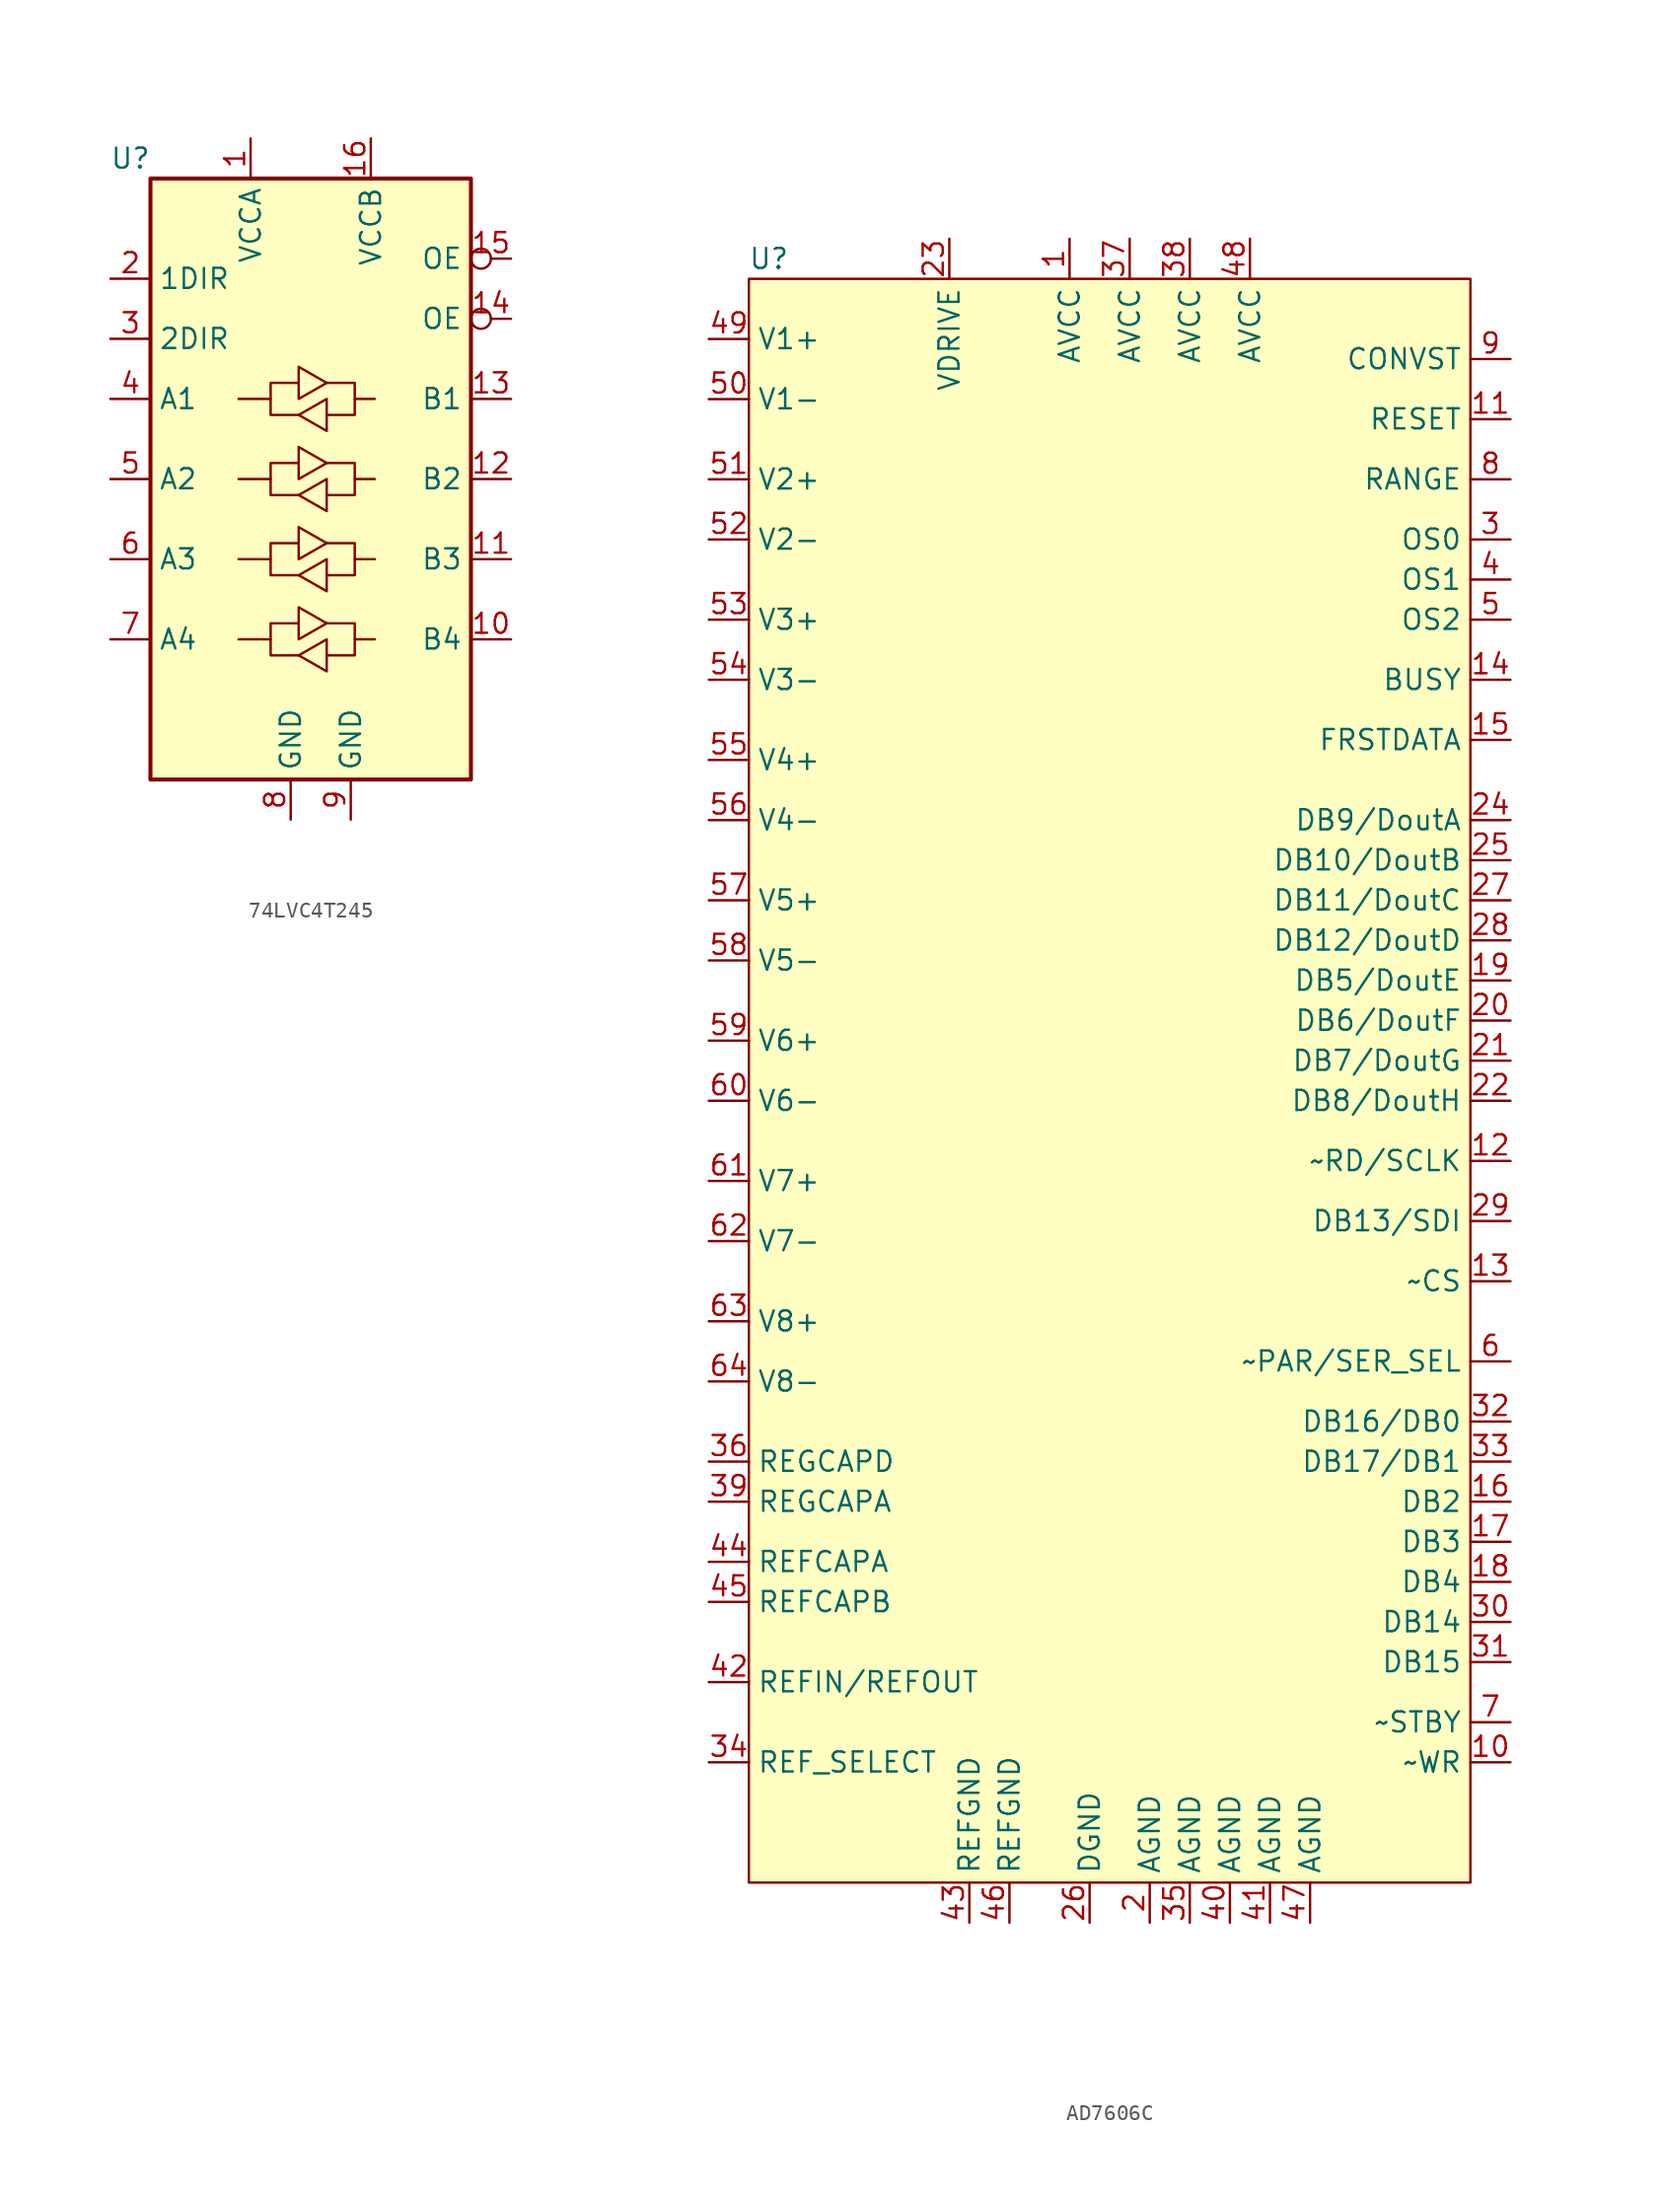
<source format=kicad_sym>
(kicad_symbol_lib
  (version 20241209)
  (generator "kicad_symbol_editor")
  (generator_version "9.0")
  (symbol "74LVC4T245"
    (property "Reference" "U"
      (at -1.27 1.27 0)
      (effects (font (size 1.27 1.27))))
    (property "Value" ""
      (at 0 0 0)
      (effects (font (size 1.27 1.27))))
    (symbol "74LVC4T245_0_1"
      (rectangle (start 0 0) (end 20.32 -38.1) (stroke (width 0.254) (type default)) (fill (type background)))
      (polyline (pts (xy 7.62 -13.97) (xy 7.62 -12.954) (xy 9.398 -12.954)) (stroke (width 0) (type default)) (fill (type none)))
      (polyline (pts (xy 7.62 -24.13) (xy 7.62 -23.114) (xy 9.398 -23.114)) (stroke (width 0) (type default)) (fill (type none)))
      (polyline (pts (xy 9.398 -13.97) (xy 9.398 -11.938) (xy 11.176 -12.954) (xy 9.398 -13.97)) (stroke (width 0) (type default)) (fill (type none)))
      (polyline (pts (xy 9.398 -14.986) (xy 7.62 -14.986) (xy 7.62 -13.97) (xy 5.588 -13.97)) (stroke (width 0) (type default)) (fill (type none)))
      (polyline (pts (xy 9.398 -24.13) (xy 9.398 -22.098) (xy 11.176 -23.114) (xy 9.398 -24.13)) (stroke (width 0) (type default)) (fill (type none)))
      (polyline (pts (xy 9.398 -25.146) (xy 7.62 -25.146) (xy 7.62 -24.13) (xy 5.588 -24.13)) (stroke (width 0) (type default)) (fill (type none)))
      (polyline (pts (xy 11.176 -12.954) (xy 12.954 -12.954) (xy 12.954 -13.97) (xy 14.224 -13.97)) (stroke (width 0) (type default)) (fill (type none)))
      (polyline (pts (xy 11.176 -13.97) (xy 11.176 -15.748) (xy 11.176 -16.002) (xy 9.398 -14.986) (xy 11.176 -13.97)) (stroke (width 0) (type default)) (fill (type none)))
      (polyline (pts (xy 11.176 -23.114) (xy 12.954 -23.114) (xy 12.954 -24.13) (xy 14.224 -24.13)) (stroke (width 0) (type default)) (fill (type none)))
      (polyline (pts (xy 11.176 -24.13) (xy 11.176 -25.908) (xy 11.176 -26.162) (xy 9.398 -25.146) (xy 11.176 -24.13)) (stroke (width 0) (type default)) (fill (type none)))
      (polyline (pts (xy 12.954 -13.97) (xy 12.954 -14.986) (xy 11.176 -14.986)) (stroke (width 0) (type default)) (fill (type none)))
      (polyline (pts (xy 12.954 -24.13) (xy 12.954 -25.146) (xy 11.176 -25.146)) (stroke (width 0) (type default)) (fill (type none))))
    (symbol "74LVC4T245_1_1"
      (polyline (pts (xy 7.62 -19.05) (xy 7.62 -18.034) (xy 9.398 -18.034)) (stroke (width 0) (type default)) (fill (type none)))
      (polyline (pts (xy 7.62 -29.21) (xy 7.62 -28.194) (xy 9.398 -28.194)) (stroke (width 0) (type default)) (fill (type none)))
      (polyline (pts (xy 9.398 -19.05) (xy 9.398 -17.018) (xy 11.176 -18.034) (xy 9.398 -19.05)) (stroke (width 0) (type default)) (fill (type none)))
      (polyline (pts (xy 9.398 -20.066) (xy 7.62 -20.066) (xy 7.62 -19.05) (xy 5.588 -19.05)) (stroke (width 0) (type default)) (fill (type none)))
      (polyline (pts (xy 9.398 -29.21) (xy 9.398 -27.178) (xy 11.176 -28.194) (xy 9.398 -29.21)) (stroke (width 0) (type default)) (fill (type none)))
      (polyline (pts (xy 9.398 -30.226) (xy 7.62 -30.226) (xy 7.62 -29.21) (xy 5.588 -29.21)) (stroke (width 0) (type default)) (fill (type none)))
      (polyline (pts (xy 11.176 -18.034) (xy 12.954 -18.034) (xy 12.954 -19.05) (xy 14.224 -19.05)) (stroke (width 0) (type default)) (fill (type none)))
      (polyline (pts (xy 11.176 -19.05) (xy 11.176 -20.828) (xy 11.176 -21.082) (xy 9.398 -20.066) (xy 11.176 -19.05)) (stroke (width 0) (type default)) (fill (type none)))
      (polyline (pts (xy 11.176 -28.194) (xy 12.954 -28.194) (xy 12.954 -29.21) (xy 14.224 -29.21)) (stroke (width 0) (type default)) (fill (type none)))
      (polyline (pts (xy 11.176 -29.21) (xy 11.176 -30.988) (xy 11.176 -31.242) (xy 9.398 -30.226) (xy 11.176 -29.21)) (stroke (width 0) (type default)) (fill (type none)))
      (polyline (pts (xy 12.954 -19.05) (xy 12.954 -20.066) (xy 11.176 -20.066)) (stroke (width 0) (type default)) (fill (type none)))
      (polyline (pts (xy 12.954 -29.21) (xy 12.954 -30.226) (xy 11.176 -30.226)) (stroke (width 0) (type default)) (fill (type none)))
      (pin passive line (at -2.54 -6.35 0) (length 2.54) (name "1DIR" (effects (font (size 1.27 1.27)))) (number "2" (effects (font (size 1.27 1.27)))))
      (pin passive line (at -2.54 -10.16 0) (length 2.54) (name "2DIR" (effects (font (size 1.27 1.27)))) (number "3" (effects (font (size 1.27 1.27)))))
      (pin bidirectional line (at -2.54 -13.97 0) (length 2.54) (name "A1" (effects (font (size 1.27 1.27)))) (number "4" (effects (font (size 1.27 1.27)))))
      (pin bidirectional line (at -2.54 -19.05 0) (length 2.54) (name "A2" (effects (font (size 1.27 1.27)))) (number "5" (effects (font (size 1.27 1.27)))))
      (pin bidirectional line (at -2.54 -24.13 0) (length 2.54) (name "A3" (effects (font (size 1.27 1.27)))) (number "6" (effects (font (size 1.27 1.27)))))
      (pin bidirectional line (at -2.54 -29.21 0) (length 2.54) (name "A4" (effects (font (size 1.27 1.27)))) (number "7" (effects (font (size 1.27 1.27)))))
      (pin power_in line (at 6.35 2.54 270) (length 2.54) (name "VCCA" (effects (font (size 1.27 1.27)))) (number "1" (effects (font (size 1.27 1.27)))))
      (pin power_in line (at 8.89 -40.64 90) (length 2.54) (name "GND" (effects (font (size 1.27 1.27)))) (number "8" (effects (font (size 1.27 1.27)))))
      (pin power_in line (at 12.7 -40.64 90) (length 2.54) (name "GND" (effects (font (size 1.27 1.27)))) (number "9" (effects (font (size 1.27 1.27)))))
      (pin power_in line (at 13.97 2.54 270) (length 2.54) (name "VCCB" (effects (font (size 1.27 1.27)))) (number "16" (effects (font (size 1.27 1.27)))))
      (pin passive inverted (at 22.86 -5.08 180) (length 2.54) (name "OE" (effects (font (size 1.27 1.27)))) (number "15" (effects (font (size 1.27 1.27)))))
      (pin passive inverted (at 22.86 -8.89 180) (length 2.54) (name "OE" (effects (font (size 1.27 1.27)))) (number "14" (effects (font (size 1.27 1.27)))))
      (pin bidirectional line (at 22.86 -13.97 180) (length 2.54) (name "B1" (effects (font (size 1.27 1.27)))) (number "13" (effects (font (size 1.27 1.27)))))
      (pin bidirectional line (at 22.86 -19.05 180) (length 2.54) (name "B2" (effects (font (size 1.27 1.27)))) (number "12" (effects (font (size 1.27 1.27)))))
      (pin bidirectional line (at 22.86 -24.13 180) (length 2.54) (name "B3" (effects (font (size 1.27 1.27)))) (number "11" (effects (font (size 1.27 1.27)))))
      (pin bidirectional line (at 22.86 -29.21 180) (length 2.54) (name "B4" (effects (font (size 1.27 1.27)))) (number "10" (effects (font (size 1.27 1.27)))))))
  (symbol "AD7606C"
    (property "Reference" "U"
      (at 1.27 1.27 0)
      (effects (font (size 1.27 1.27))))
    (property "Value" ""
      (at 0 0 0)
      (effects (font (size 1.27 1.27))))
    (symbol "AD7606C_0_1"
      (rectangle (start 0 0) (end 45.72 -101.6) (stroke (width 0) (type default)) (fill (type background))))
    (symbol "AD7606C_1_1"
      (pin passive line (at -2.54 -3.81 0) (length 2.54) (name "V1+" (effects (font (size 1.27 1.27)))) (number "49" (effects (font (size 1.27 1.27)))))
      (pin passive line (at -2.54 -7.62 0) (length 2.54) (name "V1-" (effects (font (size 1.27 1.27)))) (number "50" (effects (font (size 1.27 1.27)))))
      (pin passive line (at -2.54 -12.7 0) (length 2.54) (name "V2+" (effects (font (size 1.27 1.27)))) (number "51" (effects (font (size 1.27 1.27)))))
      (pin passive line (at -2.54 -16.51 0) (length 2.54) (name "V2-" (effects (font (size 1.27 1.27)))) (number "52" (effects (font (size 1.27 1.27)))))
      (pin passive line (at -2.54 -21.59 0) (length 2.54) (name "V3+" (effects (font (size 1.27 1.27)))) (number "53" (effects (font (size 1.27 1.27)))))
      (pin passive line (at -2.54 -25.4 0) (length 2.54) (name "V3-" (effects (font (size 1.27 1.27)))) (number "54" (effects (font (size 1.27 1.27)))))
      (pin passive line (at -2.54 -30.48 0) (length 2.54) (name "V4+" (effects (font (size 1.27 1.27)))) (number "55" (effects (font (size 1.27 1.27)))))
      (pin passive line (at -2.54 -34.29 0) (length 2.54) (name "V4-" (effects (font (size 1.27 1.27)))) (number "56" (effects (font (size 1.27 1.27)))))
      (pin passive line (at -2.54 -39.37 0) (length 2.54) (name "V5+" (effects (font (size 1.27 1.27)))) (number "57" (effects (font (size 1.27 1.27)))))
      (pin passive line (at -2.54 -43.18 0) (length 2.54) (name "V5-" (effects (font (size 1.27 1.27)))) (number "58" (effects (font (size 1.27 1.27)))))
      (pin passive line (at -2.54 -48.26 0) (length 2.54) (name "V6+" (effects (font (size 1.27 1.27)))) (number "59" (effects (font (size 1.27 1.27)))))
      (pin passive line (at -2.54 -52.07 0) (length 2.54) (name "V6-" (effects (font (size 1.27 1.27)))) (number "60" (effects (font (size 1.27 1.27)))))
      (pin passive line (at -2.54 -57.15 0) (length 2.54) (name "V7+" (effects (font (size 1.27 1.27)))) (number "61" (effects (font (size 1.27 1.27)))))
      (pin passive line (at -2.54 -60.96 0) (length 2.54) (name "V7-" (effects (font (size 1.27 1.27)))) (number "62" (effects (font (size 1.27 1.27)))))
      (pin passive line (at -2.54 -66.04 0) (length 2.54) (name "V8+" (effects (font (size 1.27 1.27)))) (number "63" (effects (font (size 1.27 1.27)))))
      (pin passive line (at -2.54 -69.85 0) (length 2.54) (name "V8-" (effects (font (size 1.27 1.27)))) (number "64" (effects (font (size 1.27 1.27)))))
      (pin passive line (at -2.54 -74.93 0) (length 2.54) (name "REGCAPD" (effects (font (size 1.27 1.27)))) (number "36" (effects (font (size 1.27 1.27)))))
      (pin passive line (at -2.54 -77.47 0) (length 2.54) (name "REGCAPA" (effects (font (size 1.27 1.27)))) (number "39" (effects (font (size 1.27 1.27)))))
      (pin passive line (at -2.54 -81.28 0) (length 2.54) (name "REFCAPA" (effects (font (size 1.27 1.27)))) (number "44" (effects (font (size 1.27 1.27)))))
      (pin passive line (at -2.54 -83.82 0) (length 2.54) (name "REFCAPB" (effects (font (size 1.27 1.27)))) (number "45" (effects (font (size 1.27 1.27)))))
      (pin passive line (at -2.54 -88.9 0) (length 2.54) (name "REFIN/REFOUT" (effects (font (size 1.27 1.27)))) (number "42" (effects (font (size 1.27 1.27)))))
      (pin passive line (at -2.54 -93.98 0) (length 2.54) (name "REF_SELECT" (effects (font (size 1.27 1.27)))) (number "34" (effects (font (size 1.27 1.27)))))
      (pin passive line (at 12.7 2.54 270) (length 2.54) (name "VDRIVE" (effects (font (size 1.27 1.27)))) (number "23" (effects (font (size 1.27 1.27)))))
      (pin passive line (at 13.97 -104.14 90) (length 2.54) (name "REFGND" (effects (font (size 1.27 1.27)))) (number "43" (effects (font (size 1.27 1.27)))))
      (pin passive line (at 16.51 -104.14 90) (length 2.54) (name "REFGND" (effects (font (size 1.27 1.27)))) (number "46" (effects (font (size 1.27 1.27)))))
      (pin passive line (at 20.32 2.54 270) (length 2.54) (name "AVCC" (effects (font (size 1.27 1.27)))) (number "1" (effects (font (size 1.27 1.27)))))
      (pin passive line (at 21.59 -104.14 90) (length 2.54) (name "DGND" (effects (font (size 1.27 1.27)))) (number "26" (effects (font (size 1.27 1.27)))))
      (pin passive line (at 24.13 2.54 270) (length 2.54) (name "AVCC" (effects (font (size 1.27 1.27)))) (number "37" (effects (font (size 1.27 1.27)))))
      (pin passive line (at 25.4 -104.14 90) (length 2.54) (name "AGND" (effects (font (size 1.27 1.27)))) (number "2" (effects (font (size 1.27 1.27)))))
      (pin passive line (at 27.94 2.54 270) (length 2.54) (name "AVCC" (effects (font (size 1.27 1.27)))) (number "38" (effects (font (size 1.27 1.27)))))
      (pin passive line (at 27.94 -104.14 90) (length 2.54) (name "AGND" (effects (font (size 1.27 1.27)))) (number "35" (effects (font (size 1.27 1.27)))))
      (pin passive line (at 30.48 -104.14 90) (length 2.54) (name "AGND" (effects (font (size 1.27 1.27)))) (number "40" (effects (font (size 1.27 1.27)))))
      (pin passive line (at 31.75 2.54 270) (length 2.54) (name "AVCC" (effects (font (size 1.27 1.27)))) (number "48" (effects (font (size 1.27 1.27)))))
      (pin passive line (at 33.02 -104.14 90) (length 2.54) (name "AGND" (effects (font (size 1.27 1.27)))) (number "41" (effects (font (size 1.27 1.27)))))
      (pin passive line (at 35.56 -104.14 90) (length 2.54) (name "AGND" (effects (font (size 1.27 1.27)))) (number "47" (effects (font (size 1.27 1.27)))))
      (pin passive line (at 48.26 -5.08 180) (length 2.54) (name "CONVST" (effects (font (size 1.27 1.27)))) (number "9" (effects (font (size 1.27 1.27)))))
      (pin passive line (at 48.26 -8.89 180) (length 2.54) (name "RESET" (effects (font (size 1.27 1.27)))) (number "11" (effects (font (size 1.27 1.27)))))
      (pin passive line (at 48.26 -12.7 180) (length 2.54) (name "RANGE" (effects (font (size 1.27 1.27)))) (number "8" (effects (font (size 1.27 1.27)))))
      (pin passive line (at 48.26 -16.51 180) (length 2.54) (name "OS0" (effects (font (size 1.27 1.27)))) (number "3" (effects (font (size 1.27 1.27)))))
      (pin passive line (at 48.26 -19.05 180) (length 2.54) (name "OS1" (effects (font (size 1.27 1.27)))) (number "4" (effects (font (size 1.27 1.27)))))
      (pin passive line (at 48.26 -21.59 180) (length 2.54) (name "OS2" (effects (font (size 1.27 1.27)))) (number "5" (effects (font (size 1.27 1.27)))))
      (pin passive line (at 48.26 -25.4 180) (length 2.54) (name "BUSY" (effects (font (size 1.27 1.27)))) (number "14" (effects (font (size 1.27 1.27)))))
      (pin passive line (at 48.26 -29.21 180) (length 2.54) (name "FRSTDATA" (effects (font (size 1.27 1.27)))) (number "15" (effects (font (size 1.27 1.27)))))
      (pin passive line (at 48.26 -34.29 180) (length 2.54) (name "DB9/DoutA" (effects (font (size 1.27 1.27)))) (number "24" (effects (font (size 1.27 1.27)))))
      (pin passive line (at 48.26 -36.83 180) (length 2.54) (name "DB10/DoutB" (effects (font (size 1.27 1.27)))) (number "25" (effects (font (size 1.27 1.27)))))
      (pin passive line (at 48.26 -39.37 180) (length 2.54) (name "DB11/DoutC" (effects (font (size 1.27 1.27)))) (number "27" (effects (font (size 1.27 1.27)))))
      (pin passive line (at 48.26 -41.91 180) (length 2.54) (name "DB12/DoutD" (effects (font (size 1.27 1.27)))) (number "28" (effects (font (size 1.27 1.27)))))
      (pin passive line (at 48.26 -44.45 180) (length 2.54) (name "DB5/DoutE" (effects (font (size 1.27 1.27)))) (number "19" (effects (font (size 1.27 1.27)))))
      (pin passive line (at 48.26 -46.99 180) (length 2.54) (name "DB6/DoutF" (effects (font (size 1.27 1.27)))) (number "20" (effects (font (size 1.27 1.27)))))
      (pin passive line (at 48.26 -49.53 180) (length 2.54) (name "DB7/DoutG" (effects (font (size 1.27 1.27)))) (number "21" (effects (font (size 1.27 1.27)))))
      (pin passive line (at 48.26 -52.07 180) (length 2.54) (name "DB8/DoutH" (effects (font (size 1.27 1.27)))) (number "22" (effects (font (size 1.27 1.27)))))
      (pin passive line (at 48.26 -55.88 180) (length 2.54) (name "~RD/SCLK" (effects (font (size 1.27 1.27)))) (number "12" (effects (font (size 1.27 1.27)))))
      (pin passive line (at 48.26 -59.69 180) (length 2.54) (name "DB13/SDI" (effects (font (size 1.27 1.27)))) (number "29" (effects (font (size 1.27 1.27)))))
      (pin passive line (at 48.26 -63.5 180) (length 2.54) (name "~CS" (effects (font (size 1.27 1.27)))) (number "13" (effects (font (size 1.27 1.27)))))
      (pin passive line (at 48.26 -68.58 180) (length 2.54) (name "~PAR/SER_SEL" (effects (font (size 1.27 1.27)))) (number "6" (effects (font (size 1.27 1.27)))))
      (pin passive line (at 48.26 -72.39 180) (length 2.54) (name "DB16/DB0" (effects (font (size 1.27 1.27)))) (number "32" (effects (font (size 1.27 1.27)))))
      (pin passive line (at 48.26 -74.93 180) (length 2.54) (name "DB17/DB1" (effects (font (size 1.27 1.27)))) (number "33" (effects (font (size 1.27 1.27)))))
      (pin passive line (at 48.26 -77.47 180) (length 2.54) (name "DB2" (effects (font (size 1.27 1.27)))) (number "16" (effects (font (size 1.27 1.27)))))
      (pin passive line (at 48.26 -80.01 180) (length 2.54) (name "DB3" (effects (font (size 1.27 1.27)))) (number "17" (effects (font (size 1.27 1.27)))))
      (pin passive line (at 48.26 -82.55 180) (length 2.54) (name "DB4" (effects (font (size 1.27 1.27)))) (number "18" (effects (font (size 1.27 1.27)))))
      (pin passive line (at 48.26 -85.09 180) (length 2.54) (name "DB14" (effects (font (size 1.27 1.27)))) (number "30" (effects (font (size 1.27 1.27)))))
      (pin passive line (at 48.26 -87.63 180) (length 2.54) (name "DB15" (effects (font (size 1.27 1.27)))) (number "31" (effects (font (size 1.27 1.27)))))
      (pin passive line (at 48.26 -91.44 180) (length 2.54) (name "~STBY" (effects (font (size 1.27 1.27)))) (number "7" (effects (font (size 1.27 1.27)))))
      (pin passive line (at 48.26 -93.98 180) (length 2.54) (name "~WR" (effects (font (size 1.27 1.27)))) (number "10" (effects (font (size 1.27 1.27))))))))
</source>
